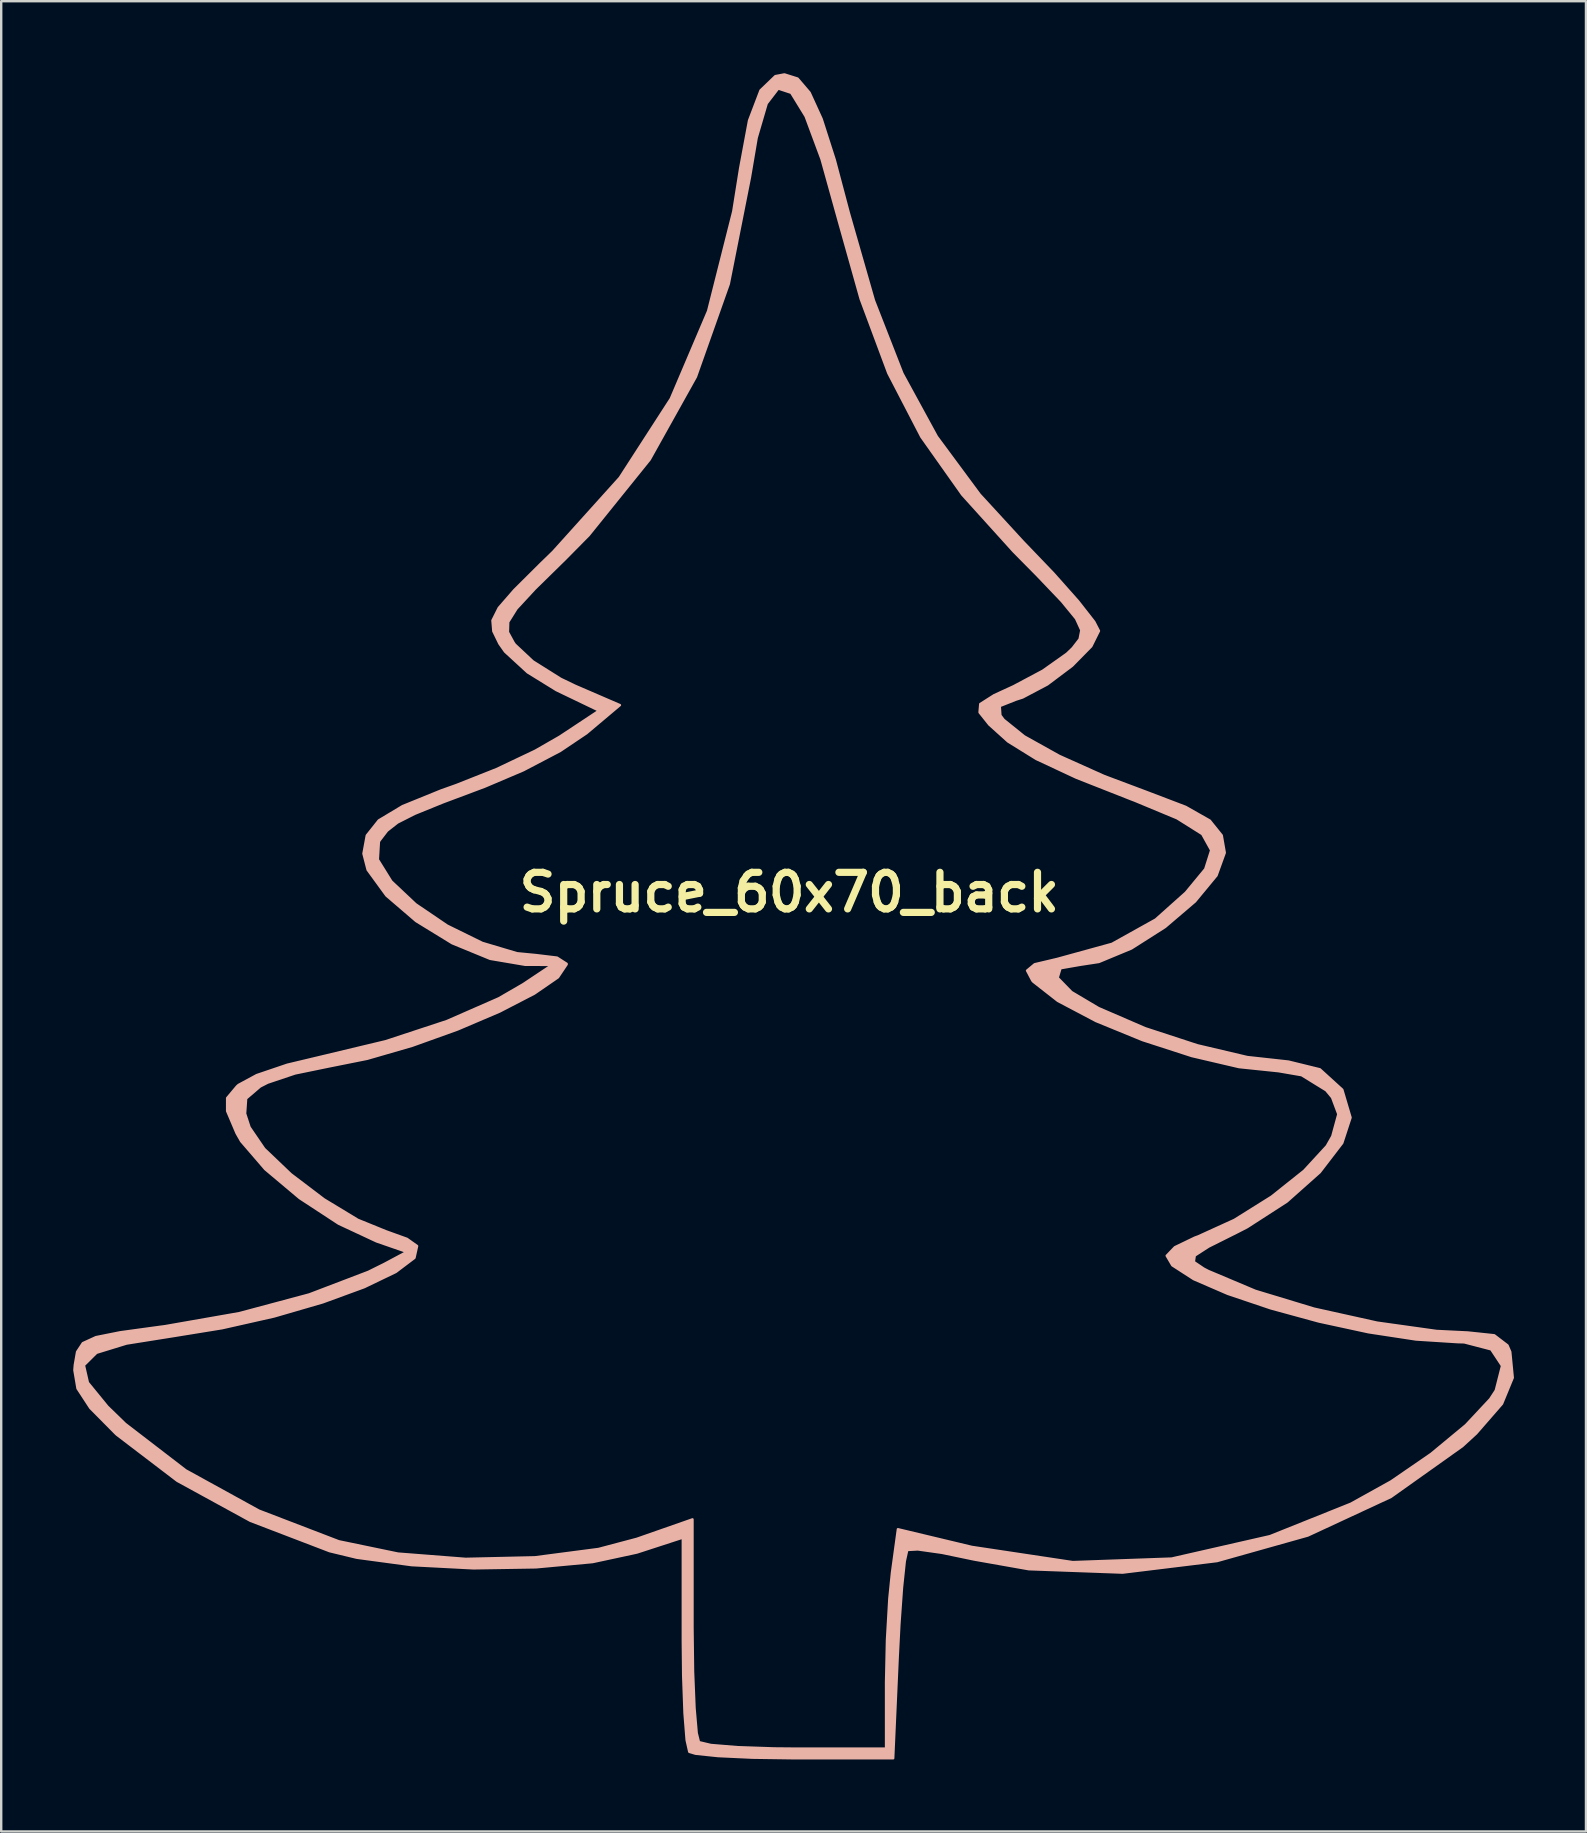
<source format=kicad_pcb>
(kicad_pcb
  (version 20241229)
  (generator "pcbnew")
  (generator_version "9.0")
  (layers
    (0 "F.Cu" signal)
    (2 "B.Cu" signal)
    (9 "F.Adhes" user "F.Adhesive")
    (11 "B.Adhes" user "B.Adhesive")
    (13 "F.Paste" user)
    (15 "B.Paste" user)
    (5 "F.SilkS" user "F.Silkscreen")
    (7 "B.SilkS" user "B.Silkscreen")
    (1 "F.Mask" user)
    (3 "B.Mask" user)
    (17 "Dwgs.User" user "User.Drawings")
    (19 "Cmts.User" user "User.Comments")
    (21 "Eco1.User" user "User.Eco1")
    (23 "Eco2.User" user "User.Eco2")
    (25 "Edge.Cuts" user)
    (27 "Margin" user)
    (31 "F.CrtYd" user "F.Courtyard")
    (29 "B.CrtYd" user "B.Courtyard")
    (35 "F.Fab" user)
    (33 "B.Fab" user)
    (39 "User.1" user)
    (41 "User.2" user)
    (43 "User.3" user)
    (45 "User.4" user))
  (footprint "Spruce_60x70_back"
    (layer "F.Cu")
    (at 29.832 35.126)
    (property "Reference" "Spruce_60x70_back" (at 0 -1 0) (layer "F.SilkS") (effects (font (size 1.524 1.524) (thickness 0.3))))
    (attr exclude_from_pos_files exclude_from_bom)
    (fp_poly (pts (xy 30.141 19.222) (xy 29.695 20.304) (xy 29.695 18.725) (xy 29.242 18.04) (xy 28.118 17.747) (xy 27.85 17.74) (xy 26.11 17.629) (xy 24.129 17.327) (xy 22.059 16.879) (xy 20.053 16.33) (xy 18.266 15.727) (xy 16.849 15.114) (xy 15.957 14.538) (xy 15.724 14.14) (xy 16.064 13.785) (xy 16.898 13.383) (xy 17.034 13.334) (xy 18.543 12.647) (xy 20.09 11.679) (xy 21.448 10.597) (xy 22.391 9.572) (xy 22.622 9.166) (xy 22.875 8.241) (xy 22.614 7.544) (xy 22.367 7.247) (xy 21.345 6.617) (xy 20.383 6.451) (xy 18.735 6.28) (xy 16.772 5.821) (xy 14.713 5.154) (xy 12.779 4.362) (xy 11.189 3.523) (xy 10.164 2.721) (xy 10.125 2.676) (xy 9.906 2.26) (xy 10.223 1.996) (xy 11.158 1.775) (xy 13.447 1.145) (xy 15.265 0.132) (xy 16.52 -0.989) (xy 17.331 -1.972) (xy 17.578 -2.753) (xy 17.205 -3.426) (xy 16.159 -4.084) (xy 14.384 -4.823) (xy 14.269 -4.866) (xy 11.961 -5.775) (xy 10.291 -6.555) (xy 9.115 -7.284) (xy 8.332 -7.989) (xy 7.927 -8.497) (xy 7.957 -8.846) (xy 8.534 -9.213) (xy 9.341 -9.584) (xy 10.566 -10.236) (xy 11.565 -10.944) (xy 11.808 -11.178) (xy 12.097 -11.553) (xy 12.168 -11.92) (xy 11.947 -12.404) (xy 11.356 -13.126) (xy 10.32 -14.212) (xy 9.343 -15.201) (xy 7.207 -17.565) (xy 5.502 -19.975) (xy 4.126 -22.628) (xy 2.975 -25.718) (xy 2.064 -28.959) (xy 1.344 -31.544) (xy 0.682 -33.328) (xy 0.08 -34.309) (xy -0.461 -34.488) (xy -0.941 -33.863) (xy -1.359 -32.435) (xy -1.642 -30.77) (xy -2.52 -26.346) (xy -3.89 -22.476) (xy -5.813 -19.03) (xy -8.352 -15.88) (xy -9.332 -14.887) (xy -10.597 -13.646) (xy -11.362 -12.819) (xy -11.709 -12.264) (xy -11.722 -11.839) (xy -11.485 -11.404) (xy -11.43 -11.325) (xy -10.682 -10.624) (xy -9.52 -9.894) (xy -8.924 -9.607) (xy -7.056 -8.8) (xy -8.447 -7.629) (xy -9.546 -6.89) (xy -11.079 -6.087) (xy -12.68 -5.406) (xy -14.444 -4.744) (xy -15.606 -4.271) (xy -16.324 -3.907) (xy -16.756 -3.567) (xy -17.059 -3.172) (xy -17.097 -3.112) (xy -17.141 -2.365) (xy -16.578 -1.458) (xy -15.564 -0.503) (xy -14.25 0.388) (xy -12.792 1.105) (xy -11.343 1.537) (xy -10.557 1.613) (xy -9.676 1.719) (xy -9.275 1.976) (xy -9.273 1.999) (xy -9.636 2.541) (xy -10.621 3.219) (xy -12.066 3.966) (xy -13.815 4.712) (xy -15.706 5.391) (xy -17.581 5.934) (xy -19.236 6.266) (xy -20.589 6.545) (xy -21.73 6.928) (xy -22.043 7.088) (xy -22.628 7.589) (xy -22.671 8.219) (xy -22.485 8.788) (xy -21.873 9.684) (xy -20.763 10.743) (xy -19.385 11.789) (xy -17.974 12.644) (xy -16.799 13.122) (xy -15.928 13.436) (xy -15.506 13.735) (xy -15.615 14.228) (xy -16.392 14.815) (xy -17.709 15.449) (xy -19.439 16.082) (xy -21.455 16.668) (xy -23.631 17.159) (xy -25.597 17.478) (xy -27.613 17.799) (xy -28.863 18.183) (xy -29.386 18.702) (xy -29.221 19.425) (xy -28.407 20.422) (xy -27.665 21.143) (xy -25.145 23.08) (xy -22.096 24.758) (xy -18.788 26.028) (xy -18.748 26.04) (xy -16.302 26.548) (xy -13.483 26.768) (xy -10.597 26.703) (xy -7.945 26.356) (xy -6.35 25.933) (xy -4.032 25.122) (xy -4.032 29.629) (xy -4.009 31.46) (xy -3.947 32.984) (xy -3.857 34.026) (xy -3.763 34.404) (xy -3.266 34.522) (xy -2.157 34.613) (xy -0.629 34.665) (xy 0.269 34.673) (xy 4.032 34.673) (xy 4.032 31.907) (xy 4.07 30.155) (xy 4.169 28.427) (xy 4.279 27.337) (xy 4.526 25.533) (xy 7.605 26.27) (xy 11.81 26.903) (xy 15.929 26.756) (xy 20.026 25.822) (xy 23.399 24.47) (xy 25.075 23.539) (xy 26.742 22.392) (xy 28.188 21.194) (xy 29.2 20.111) (xy 29.435 19.749) (xy 29.695 18.725) (xy 29.695 20.304) (xy 29.694 20.307) (xy 28.619 21.542) (xy 28.038 22.075) (xy 25.065 24.188) (xy 21.603 25.796) (xy 17.821 26.86) (xy 13.89 27.341) (xy 9.978 27.199) (xy 7.703 26.796) (xy 6.359 26.516) (xy 5.353 26.374) (xy 4.915 26.398) (xy 4.812 26.864) (xy 4.697 27.957) (xy 4.587 29.502) (xy 4.518 30.842) (xy 4.329 35.076) (xy 0.216 35.076) (xy -1.531 35.051) (xy -2.966 34.984) (xy -3.905 34.886) (xy -4.166 34.807) (xy -4.276 34.317) (xy -4.364 33.198) (xy -4.42 31.631) (xy -4.435 30.21) (xy -4.435 25.882) (xy -6.35 26.505) (xy -8.193 26.902) (xy -10.552 27.121) (xy -13.156 27.163) (xy -15.734 27.029) (xy -18.017 26.721) (xy -19.151 26.447) (xy -22.454 25.182) (xy -25.499 23.515) (xy -28.018 21.593) (xy -28.062 21.552) (xy -29.122 20.481) (xy -29.653 19.669) (xy -29.782 18.907) (xy -29.765 18.692) (xy -29.67 18.144) (xy -29.43 17.78) (xy -28.886 17.531) (xy -27.878 17.329) (xy -26.249 17.105) (xy -26.005 17.073) (xy -22.912 16.531) (xy -19.999 15.751) (xy -17.534 14.81) (xy -16.876 14.483) (xy -15.933 13.979) (xy -17.196 13.541) (xy -18.774 12.804) (xy -20.4 11.739) (xy -21.835 10.532) (xy -22.836 9.369) (xy -23.025 9.038) (xy -23.419 8.112) (xy -23.419 7.569) (xy -23.011 7.083) (xy -22.946 7.024) (xy -22.188 6.614) (xy -20.914 6.182) (xy -19.475 5.839) (xy -16.806 5.2) (xy -14.261 4.361) (xy -12.1 3.414) (xy -11.087 2.827) (xy -9.878 2.021) (xy -10.999 2.019) (xy -12.463 1.77) (xy -14.043 1.12) (xy -15.547 0.197) (xy -16.785 -0.866) (xy -17.566 -1.938) (xy -17.74 -2.613) (xy -17.601 -3.369) (xy -17.102 -3.997) (xy -16.112 -4.591) (xy -14.506 -5.244) (xy -13.855 -5.476) (xy -12.196 -6.134) (xy -10.583 -6.9) (xy -9.56 -7.488) (xy -7.925 -8.57) (xy -9.704 -9.425) (xy -10.901 -10.164) (xy -11.842 -11.028) (xy -12.078 -11.363) (xy -12.329 -11.879) (xy -12.366 -12.327) (xy -12.104 -12.85) (xy -11.459 -13.592) (xy -10.346 -14.699) (xy -9.837 -15.193) (xy -7.063 -18.273) (xy -4.935 -21.567) (xy -3.381 -25.217) (xy -2.334 -29.363) (xy -2.045 -31.173) (xy -1.675 -33.157) (xy -1.198 -34.41) (xy -0.58 -35.004) (xy -0.202 -35.076) (xy 0.346 -34.903) (xy 0.847 -34.317) (xy 1.348 -33.221) (xy 1.894 -31.518) (xy 2.481 -29.307) (xy 3.527 -25.657) (xy 4.715 -22.616) (xy 6.149 -19.988) (xy 7.934 -17.575) (xy 9.731 -15.619) (xy 11.008 -14.287) (xy 12.038 -13.126) (xy 12.706 -12.272) (xy 12.902 -11.892) (xy 12.582 -11.249) (xy 11.785 -10.439) (xy 10.751 -9.662) (xy 9.721 -9.118) (xy 9.433 -9.025) (xy 8.768 -8.761) (xy 8.795 -8.372) (xy 8.933 -8.189) (xy 9.79 -7.498) (xy 11.246 -6.686) (xy 13.118 -5.846) (xy 14.854 -5.194) (xy 16.512 -4.562) (xy 17.52 -3.99) (xy 18.017 -3.372) (xy 18.143 -2.65) (xy 17.8 -1.703) (xy 16.905 -0.62) (xy 15.657 0.445) (xy 14.256 1.337) (xy 12.901 1.9) (xy 12.139 2.016) (xy 11.3 2.162) (xy 11.181 2.56) (xy 11.758 3.153) (xy 12.88 3.819) (xy 14.828 4.661) (xy 16.998 5.371) (xy 19.082 5.862) (xy 20.773 6.048) (xy 20.786 6.048) (xy 22.106 6.372) (xy 23.04 7.222) (xy 23.384 8.384) (xy 23.038 9.443) (xy 22.103 10.661) (xy 20.732 11.881) (xy 19.078 12.949) (xy 18.678 13.155) (xy 17.469 13.76) (xy 16.892 14.133) (xy 16.854 14.397) (xy 17.264 14.674) (xy 17.453 14.773) (xy 19.416 15.601) (xy 21.867 16.344) (xy 24.49 16.926) (xy 26.966 17.273) (xy 28.269 17.337) (xy 29.37 17.453) (xy 29.921 17.874) (xy 30.037 18.143) (xy 30.141 19.222)) (stroke (width 0.1) (type solid)) (fill yes) (layer "B.SilkS")))
  (gr_rect
    (start -3 -3)
    (end 63.023 73.252)
    (stroke (width 0.1) (type default))
    (fill no)
    (layer "Edge.Cuts")))
</source>
